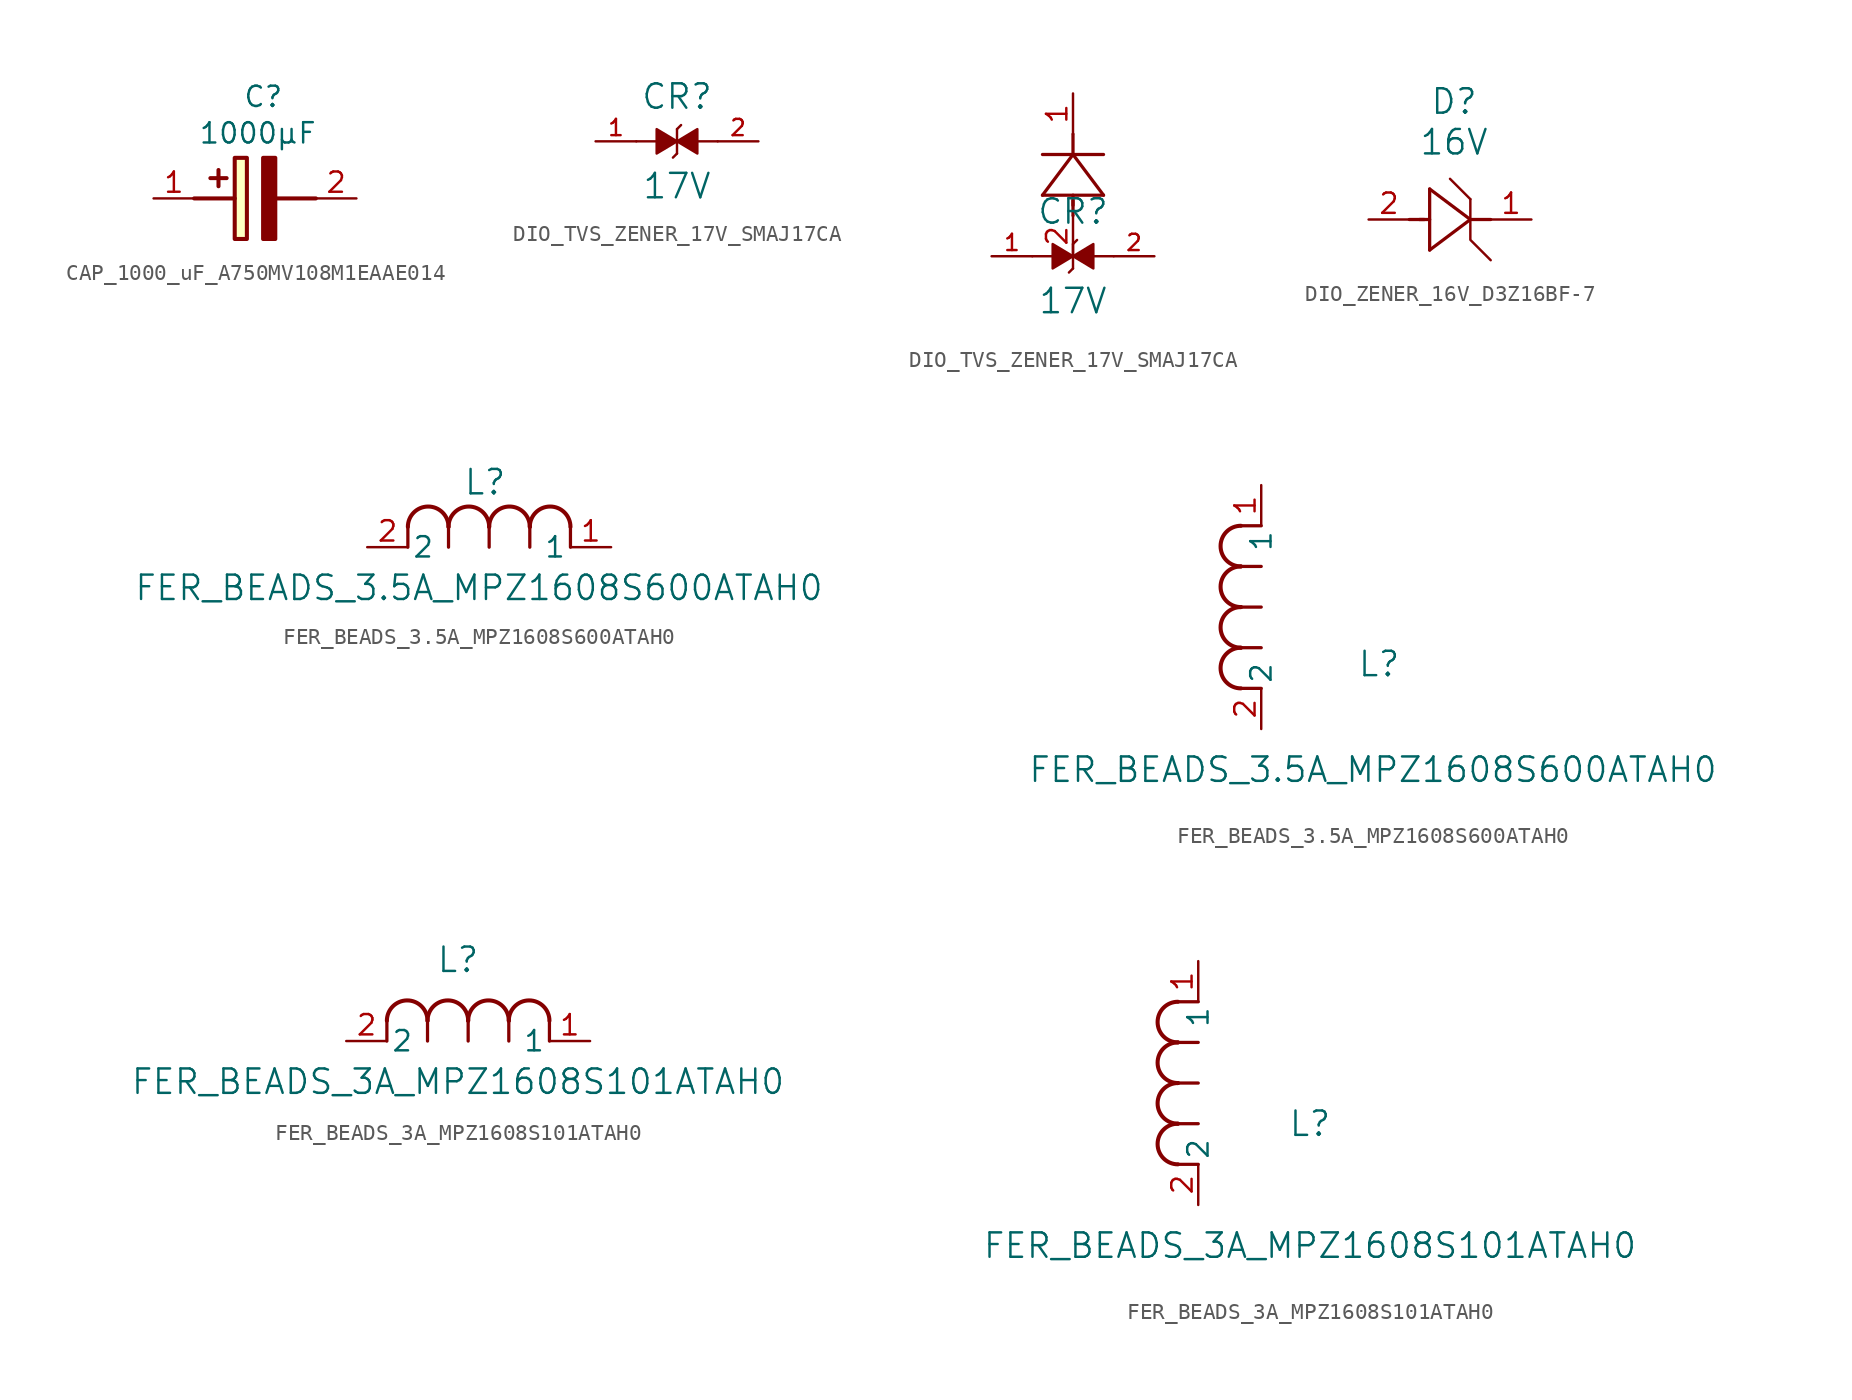
<source format=kicad_sym>
(kicad_symbol_lib
  (version 20241209)
  (generator "kicad_symbol_editor")
  (generator_version "9.0")
  (symbol "CAP_1000_uF_A750MV108M1EAAE014"
    (pin_names
      (hide yes))
    (property "Reference" "C"
      (at -0.762 7.112 0)
      (effects (font (size 1.27 1.27)) (justify left top)))
    (property "Value" "1000µF"
      (at -3.556 4.826 0)
      (effects (font (size 1.27 1.27)) (justify left top)))
    (symbol "CAP_1000_uF_A750MV108M1EAAE014_1_1"
      (polyline (pts (xy -3.81 0) (xy -1.27 0)) (stroke (width 0.254) (type default)) (fill (type none)))
      (polyline (pts (xy -2.286 1.778) (xy -2.286 0.762)) (stroke (width 0.254) (type default)) (fill (type none)))
      (polyline (pts (xy -1.778 1.27) (xy -2.794 1.27)) (stroke (width 0.254) (type default)) (fill (type none)))
      (rectangle (start -1.27 2.54) (end -0.508 -2.54) (stroke (width 0.254) (type default)) (fill (type background)))
      (polyline (pts (xy 1.27 2.54) (xy 1.27 -2.54) (xy 0.508 -2.54) (xy 0.508 2.54) (xy 1.27 2.54)) (stroke (width 0.254) (type default)) (fill (type outline)))
      (polyline (pts (xy 1.27 0) (xy 3.81 0)) (stroke (width 0.254) (type default)) (fill (type none)))
      (pin passive line (at -6.35 0 0) (length 2.54) (name "+" (effects (font (size 1.27 1.27)))) (number "1" (effects (font (size 1.27 1.27)))))
      (pin passive line (at 6.35 0 180) (length 2.54) (name "-" (effects (font (size 1.27 1.27)))) (number "2" (effects (font (size 1.27 1.27)))))))
  (symbol "DIO_TVS_ZENER_17V_SMAJ17CA"
    (pin_names
      (offset 0.254))
    (property "Reference" "CR"
      (at 0 2.794 0)
      (effects (font (size 1.524 1.524))))
    (property "Value" "17V"
      (at 0 -2.794 0)
      (effects (font (size 1.524 1.524))))
    (property "ki_locked" ""
      (at 0 0 0)
      (effects (font (size 1.27 1.27))))
    (symbol "DIO_TVS_ZENER_17V_SMAJ17CA_0_0"
      (polyline (pts (xy -1.27 0) (xy -2.54 0)) (stroke (width 0.152) (type default)) (fill (type none)))
      (polyline (pts (xy 0 0.762) (xy 0.254 1.016)) (stroke (width 0.152) (type default)) (fill (type none)))
      (polyline (pts (xy 0 0) (xy -1.27 -0.762) (xy -1.27 0.762) (xy 0 0)) (stroke (width 0.152) (type default)) (fill (type outline)))
      (polyline (pts (xy 0 0) (xy 1.27 0.762) (xy 1.27 -0.762) (xy 0 0)) (stroke (width 0.152) (type default)) (fill (type outline)))
      (polyline (pts (xy 0 -0.762) (xy -0.254 -1.016)) (stroke (width 0.152) (type default)) (fill (type none)))
      (polyline (pts (xy 0 -0.762) (xy 0 0.762)) (stroke (width 0.152) (type default)) (fill (type none)))
      (polyline (pts (xy 1.27 0) (xy 2.54 0)) (stroke (width 0.152) (type default)) (fill (type none)))
      (pin passive line (at -5.08 0 0) (length 2.54) (name "~" (effects (font (size 1.016 1.016)))) (number "1" (effects (font (size 1.016 1.016)))))
      (pin passive line (at 5.08 0 180) (length 2.54) (name "~" (effects (font (size 1.016 1.016)))) (number "2" (effects (font (size 1.016 1.016))))))
    (symbol "DIO_TVS_ZENER_17V_SMAJ17CA_1_2"
      (polyline (pts (xy -1.905 3.81) (xy 1.905 3.81)) (stroke (width 0.203) (type default)) (fill (type none)))
      (polyline (pts (xy 0 6.35) (xy -1.905 3.81)) (stroke (width 0.203) (type default)) (fill (type none)))
      (polyline (pts (xy 0 6.35) (xy 0 7.62)) (stroke (width 0.203) (type default)) (fill (type none)))
      (polyline (pts (xy 0 3.175) (xy 0 3.81)) (stroke (width 0.203) (type default)) (fill (type none)))
      (polyline (pts (xy 0 2.54) (xy 0 3.48)) (stroke (width 0.203) (type default)) (fill (type none)))
      (polyline (pts (xy 1.905 6.35) (xy -1.905 6.35)) (stroke (width 0.203) (type default)) (fill (type none)))
      (polyline (pts (xy 1.905 3.81) (xy 0 6.35)) (stroke (width 0.203) (type default)) (fill (type none)))
      (pin unspecified line (at 0 10.16 270) (length 2.54) (name "" (effects (font (size 1.27 1.27)))) (number "1" (effects (font (size 1.27 1.27)))))
      (pin unspecified line (at 0 0 90) (length 2.54) (name "" (effects (font (size 1.27 1.27)))) (number "2" (effects (font (size 1.27 1.27)))))))
  (symbol "DIO_ZENER_16V_D3Z16BF-7"
    (pin_names
      (offset 0.254))
    (property "Reference" "D"
      (at 0.254 7.366 0)
      (effects (font (size 1.524 1.524))))
    (property "Value" "16V"
      (at 0.254 4.826 0)
      (effects (font (size 1.524 1.524))))
    (property "ki_locked" ""
      (at 0 0 0)
      (effects (font (size 1.27 1.27))))
    (symbol "DIO_ZENER_16V_D3Z16BF-7_1_1"
      (polyline (pts (xy -2.54 0) (xy -1.6 0)) (stroke (width 0.203) (type default)) (fill (type none)))
      (polyline (pts (xy -1.905 0) (xy -1.27 0)) (stroke (width 0.203) (type default)) (fill (type none)))
      (polyline (pts (xy -1.27 1.905) (xy -1.27 -1.905)) (stroke (width 0.203) (type default)) (fill (type none)))
      (polyline (pts (xy -1.27 -1.905) (xy 1.27 0)) (stroke (width 0.203) (type default)) (fill (type none)))
      (polyline (pts (xy 1.27 1.27) (xy 0 2.54)) (stroke (width 0) (type default)) (fill (type none)))
      (polyline (pts (xy 1.27 1.27) (xy 1.27 -1.27) (xy 2.54 -2.54)) (stroke (width 0) (type default)) (fill (type none)))
      (polyline (pts (xy 1.27 0) (xy -1.27 1.905)) (stroke (width 0.203) (type default)) (fill (type none)))
      (polyline (pts (xy 1.27 0) (xy 2.54 0)) (stroke (width 0.203) (type default)) (fill (type none)))
      (pin unspecified line (at -5.08 0 0) (length 2.54) (name "" (effects (font (size 1.27 1.27)))) (number "2" (effects (font (size 1.27 1.27)))))
      (pin unspecified line (at 5.08 0 180) (length 2.54) (name "" (effects (font (size 1.27 1.27)))) (number "1" (effects (font (size 1.27 1.27)))))))
  (symbol "FER_BEADS_3.5A_MPZ1608S600ATAH0"
    (pin_names
      (offset 0.254))
    (property "Reference" "L"
      (at 7.366 4.064 0)
      (effects (font (size 1.524 1.524))))
    (property "Value" "FER_BEADS_3.5A_MPZ1608S600ATAH0"
      (at 6.985 -2.54 0)
      (effects (font (size 1.524 1.524))))
    (property "ki_locked" ""
      (at 0 0 0)
      (effects (font (size 1.27 1.27))))
    (symbol "FER_BEADS_3.5A_MPZ1608S600ATAH0_1_1"
      (polyline (pts (xy 2.54 0) (xy 2.54 1.27)) (stroke (width 0.203) (type default)) (fill (type none)))
      (arc (start 2.54 1.27) (mid 3.81 2.5344) (end 5.08 1.27) (stroke (width 0.254) (type default)) (fill (type none)))
      (polyline (pts (xy 5.08 0) (xy 5.08 1.27)) (stroke (width 0.203) (type default)) (fill (type none)))
      (arc (start 5.08 1.27) (mid 6.35 2.5344) (end 7.62 1.27) (stroke (width 0.254) (type default)) (fill (type none)))
      (polyline (pts (xy 7.62 0) (xy 7.62 1.27)) (stroke (width 0.203) (type default)) (fill (type none)))
      (arc (start 7.62 1.27) (mid 8.89 2.5344) (end 10.16 1.27) (stroke (width 0.254) (type default)) (fill (type none)))
      (polyline (pts (xy 10.16 0) (xy 10.16 1.27)) (stroke (width 0.203) (type default)) (fill (type none)))
      (arc (start 10.16 1.27) (mid 11.43 2.5344) (end 12.7 1.27) (stroke (width 0.254) (type default)) (fill (type none)))
      (polyline (pts (xy 12.7 0) (xy 12.7 1.27)) (stroke (width 0.203) (type default)) (fill (type none)))
      (pin unspecified line (at 0 0 0) (length 2.54) (name "2" (effects (font (size 1.27 1.27)))) (number "2" (effects (font (size 1.27 1.27)))))
      (pin unspecified line (at 15.24 0 180) (length 2.54) (name "1" (effects (font (size 1.27 1.27)))) (number "1" (effects (font (size 1.27 1.27))))))
    (symbol "FER_BEADS_3.5A_MPZ1608S600ATAH0_1_2"
      (arc (start -1.27 10.16) (mid -2.5344 11.43) (end -1.27 12.7) (stroke (width 0.254) (type default)) (fill (type none)))
      (arc (start -1.27 7.62) (mid -2.5344 8.89) (end -1.27 10.16) (stroke (width 0.254) (type default)) (fill (type none)))
      (arc (start -1.27 5.08) (mid -2.5344 6.35) (end -1.27 7.62) (stroke (width 0.254) (type default)) (fill (type none)))
      (arc (start -1.27 2.54) (mid -2.5344 3.81) (end -1.27 5.08) (stroke (width 0.254) (type default)) (fill (type none)))
      (polyline (pts (xy 0 12.7) (xy -1.27 12.7)) (stroke (width 0.203) (type default)) (fill (type none)))
      (polyline (pts (xy 0 10.16) (xy -1.27 10.16)) (stroke (width 0.203) (type default)) (fill (type none)))
      (polyline (pts (xy 0 7.62) (xy -1.27 7.62)) (stroke (width 0.203) (type default)) (fill (type none)))
      (polyline (pts (xy 0 5.08) (xy -1.27 5.08)) (stroke (width 0.203) (type default)) (fill (type none)))
      (polyline (pts (xy 0 2.54) (xy -1.27 2.54)) (stroke (width 0.203) (type default)) (fill (type none)))
      (pin unspecified line (at 0 15.24 270) (length 2.54) (name "1" (effects (font (size 1.27 1.27)))) (number "1" (effects (font (size 1.27 1.27)))))
      (pin unspecified line (at 0 0 90) (length 2.54) (name "2" (effects (font (size 1.27 1.27)))) (number "2" (effects (font (size 1.27 1.27)))))))
  (symbol "FER_BEADS_3A_MPZ1608S101ATAH0"
    (pin_names
      (offset 0.254))
    (property "Reference" "L"
      (at 6.985 5.08 0)
      (effects (font (size 1.524 1.524))))
    (property "Value" "FER_BEADS_3A_MPZ1608S101ATAH0"
      (at 6.985 -2.54 0)
      (effects (font (size 1.524 1.524))))
    (property "ki_locked" ""
      (at 0 0 0)
      (effects (font (size 1.27 1.27))))
    (symbol "FER_BEADS_3A_MPZ1608S101ATAH0_1_1"
      (polyline (pts (xy 2.54 0) (xy 2.54 1.27)) (stroke (width 0.203) (type default)) (fill (type none)))
      (arc (start 2.54 1.27) (mid 3.81 2.5344) (end 5.08 1.27) (stroke (width 0.254) (type default)) (fill (type none)))
      (polyline (pts (xy 5.08 0) (xy 5.08 1.27)) (stroke (width 0.203) (type default)) (fill (type none)))
      (arc (start 5.08 1.27) (mid 6.35 2.5344) (end 7.62 1.27) (stroke (width 0.254) (type default)) (fill (type none)))
      (polyline (pts (xy 7.62 0) (xy 7.62 1.27)) (stroke (width 0.203) (type default)) (fill (type none)))
      (arc (start 7.62 1.27) (mid 8.89 2.5344) (end 10.16 1.27) (stroke (width 0.254) (type default)) (fill (type none)))
      (polyline (pts (xy 10.16 0) (xy 10.16 1.27)) (stroke (width 0.203) (type default)) (fill (type none)))
      (arc (start 10.16 1.27) (mid 11.43 2.5344) (end 12.7 1.27) (stroke (width 0.254) (type default)) (fill (type none)))
      (polyline (pts (xy 12.7 0) (xy 12.7 1.27)) (stroke (width 0.203) (type default)) (fill (type none)))
      (pin unspecified line (at 0 0 0) (length 2.54) (name "2" (effects (font (size 1.27 1.27)))) (number "2" (effects (font (size 1.27 1.27)))))
      (pin unspecified line (at 15.24 0 180) (length 2.54) (name "1" (effects (font (size 1.27 1.27)))) (number "1" (effects (font (size 1.27 1.27))))))
    (symbol "FER_BEADS_3A_MPZ1608S101ATAH0_1_2"
      (arc (start -1.27 10.16) (mid -2.5344 11.43) (end -1.27 12.7) (stroke (width 0.254) (type default)) (fill (type none)))
      (arc (start -1.27 7.62) (mid -2.5344 8.89) (end -1.27 10.16) (stroke (width 0.254) (type default)) (fill (type none)))
      (arc (start -1.27 5.08) (mid -2.5344 6.35) (end -1.27 7.62) (stroke (width 0.254) (type default)) (fill (type none)))
      (arc (start -1.27 2.54) (mid -2.5344 3.81) (end -1.27 5.08) (stroke (width 0.254) (type default)) (fill (type none)))
      (polyline (pts (xy 0 12.7) (xy -1.27 12.7)) (stroke (width 0.203) (type default)) (fill (type none)))
      (polyline (pts (xy 0 10.16) (xy -1.27 10.16)) (stroke (width 0.203) (type default)) (fill (type none)))
      (polyline (pts (xy 0 7.62) (xy -1.27 7.62)) (stroke (width 0.203) (type default)) (fill (type none)))
      (polyline (pts (xy 0 5.08) (xy -1.27 5.08)) (stroke (width 0.203) (type default)) (fill (type none)))
      (polyline (pts (xy 0 2.54) (xy -1.27 2.54)) (stroke (width 0.203) (type default)) (fill (type none)))
      (pin unspecified line (at 0 15.24 270) (length 2.54) (name "1" (effects (font (size 1.27 1.27)))) (number "1" (effects (font (size 1.27 1.27)))))
      (pin unspecified line (at 0 0 90) (length 2.54) (name "2" (effects (font (size 1.27 1.27)))) (number "2" (effects (font (size 1.27 1.27))))))))
</source>
